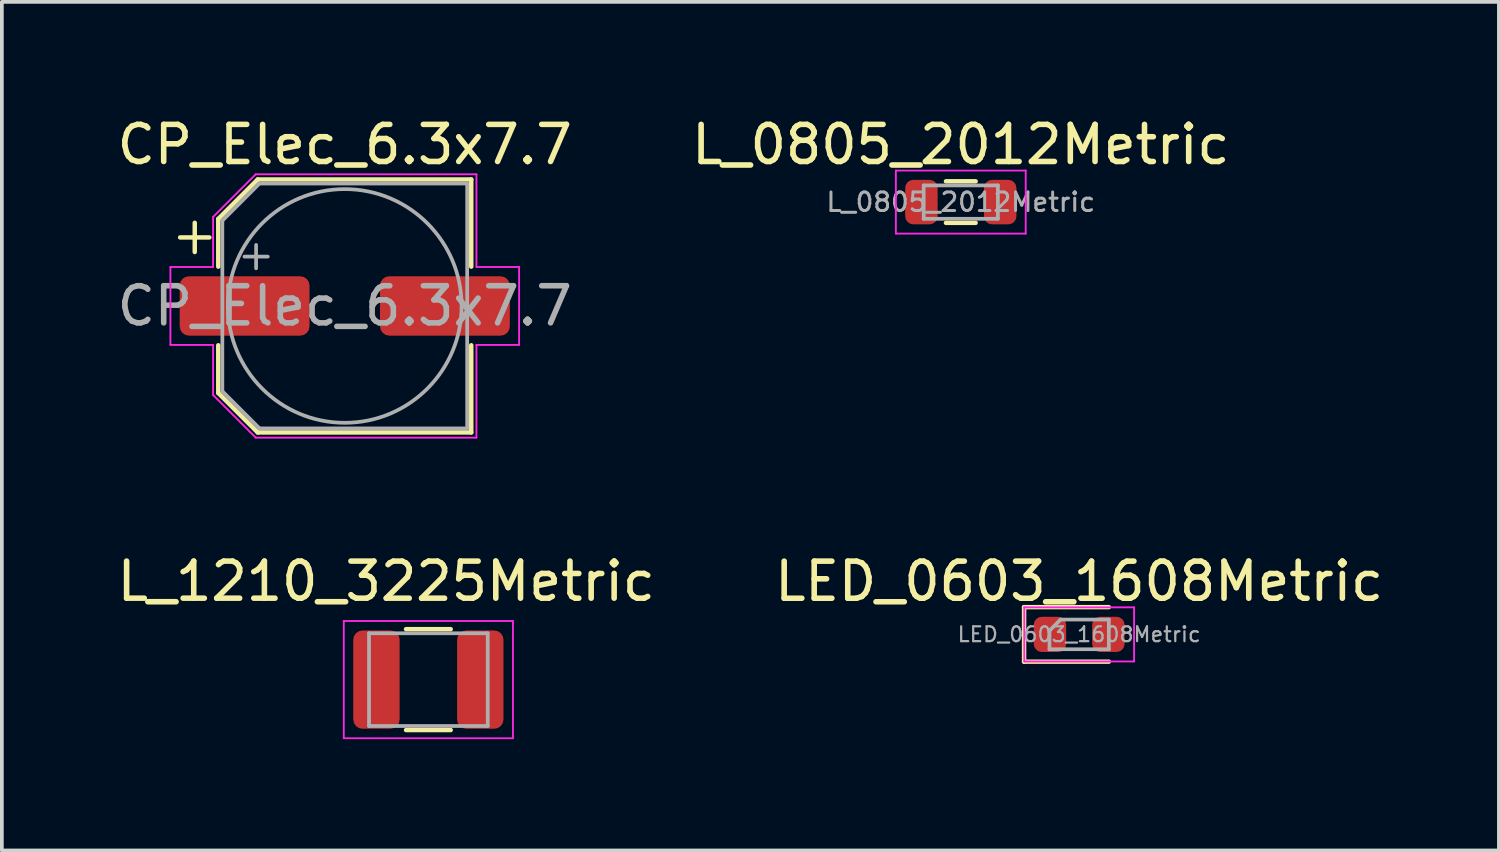
<source format=kicad_pcb>
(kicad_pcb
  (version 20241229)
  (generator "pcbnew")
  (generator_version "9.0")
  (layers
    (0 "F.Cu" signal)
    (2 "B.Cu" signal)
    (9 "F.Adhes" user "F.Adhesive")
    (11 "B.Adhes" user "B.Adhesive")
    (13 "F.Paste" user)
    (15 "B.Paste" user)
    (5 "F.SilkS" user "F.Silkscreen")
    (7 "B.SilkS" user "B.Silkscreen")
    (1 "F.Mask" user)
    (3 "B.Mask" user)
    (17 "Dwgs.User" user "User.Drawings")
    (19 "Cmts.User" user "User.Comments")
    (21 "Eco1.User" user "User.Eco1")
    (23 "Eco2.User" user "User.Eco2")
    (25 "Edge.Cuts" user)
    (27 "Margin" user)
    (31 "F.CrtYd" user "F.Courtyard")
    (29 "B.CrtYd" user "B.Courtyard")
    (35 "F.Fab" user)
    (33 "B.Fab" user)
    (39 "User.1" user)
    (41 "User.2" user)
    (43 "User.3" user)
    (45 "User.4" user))
  (footprint "LED_0603_1608Metric"
    (layer "F.Cu")
    (at 26.042 14.052)
    (property "Reference" "LED_0603_1608Metric" (at 0 -1.43 180) (layer "F.SilkS") (effects (font (size 1 1) (thickness 0.15))))
    (attr smd)
    (fp_line (start -1.485 -0.735) (end -1.485 0.735) (stroke (width 0.12) (type solid)) (layer "F.SilkS"))
    (fp_line (start -1.485 0.735) (end 0.8 0.735) (stroke (width 0.12) (type solid)) (layer "F.SilkS"))
    (fp_line (start 0.8 -0.735) (end -1.485 -0.735) (stroke (width 0.12) (type solid)) (layer "F.SilkS"))
    (fp_line (start -1.48 -0.73) (end 1.48 -0.73) (stroke (width 0.05) (type solid)) (layer "F.CrtYd"))
    (fp_line (start -1.48 0.73) (end -1.48 -0.73) (stroke (width 0.05) (type solid)) (layer "F.CrtYd"))
    (fp_line (start 1.48 -0.73) (end 1.48 0.73) (stroke (width 0.05) (type solid)) (layer "F.CrtYd"))
    (fp_line (start 1.48 0.73) (end -1.48 0.73) (stroke (width 0.05) (type solid)) (layer "F.CrtYd"))
    (fp_line (start -0.8 -0.1) (end -0.8 0.4) (stroke (width 0.1) (type solid)) (layer "F.Fab"))
    (fp_line (start -0.8 0.4) (end 0.8 0.4) (stroke (width 0.1) (type solid)) (layer "F.Fab"))
    (fp_line (start -0.5 -0.4) (end -0.8 -0.1) (stroke (width 0.1) (type solid)) (layer "F.Fab"))
    (fp_line (start 0.8 -0.4) (end -0.5 -0.4) (stroke (width 0.1) (type solid)) (layer "F.Fab"))
    (fp_line (start 0.8 0.4) (end 0.8 -0.4) (stroke (width 0.1) (type solid)) (layer "F.Fab"))
    (fp_text user "${REFERENCE}" (at 0 0 180) (layer "F.Fab") (effects (font (size 0.4 0.4) (thickness 0.06))))
    (pad "1" smd roundrect (at -0.787 0) (size 0.875 0.95) (layers "F.Cu" "F.Mask" "F.Paste") (roundrect_rratio 0.25))
    (pad "2" smd roundrect (at 0.787 0) (size 0.875 0.95) (layers "F.Cu" "F.Mask" "F.Paste") (roundrect_rratio 0.25)))
  (footprint "CP_Elec_6.3x7.7"
    (layer "F.Cu")
    (at 6.244 5.198)
    (property "Reference" "CP_Elec_6.3x7.7" (at 0 -4.35 180) (layer "F.SilkS") (effects (font (size 1 1) (thickness 0.15))))
    (attr smd)
    (fp_line (start -4.438 -1.847) (end -3.65 -1.847) (stroke (width 0.12) (type solid)) (layer "F.SilkS"))
    (fp_line (start -4.044 -2.241) (end -4.044 -1.454) (stroke (width 0.12) (type solid)) (layer "F.SilkS"))
    (fp_line (start -3.41 -2.346) (end -3.41 -1.06) (stroke (width 0.12) (type solid)) (layer "F.SilkS"))
    (fp_line (start -3.41 -2.346) (end -2.346 -3.41) (stroke (width 0.12) (type solid)) (layer "F.SilkS"))
    (fp_line (start -3.41 2.346) (end -3.41 1.06) (stroke (width 0.12) (type solid)) (layer "F.SilkS"))
    (fp_line (start -3.41 2.346) (end -2.346 3.41) (stroke (width 0.12) (type solid)) (layer "F.SilkS"))
    (fp_line (start -2.346 -3.41) (end 3.41 -3.41) (stroke (width 0.12) (type solid)) (layer "F.SilkS"))
    (fp_line (start -2.346 3.41) (end 3.41 3.41) (stroke (width 0.12) (type solid)) (layer "F.SilkS"))
    (fp_line (start 3.41 -3.41) (end 3.41 -1.06) (stroke (width 0.12) (type solid)) (layer "F.SilkS"))
    (fp_line (start 3.41 3.41) (end 3.41 1.06) (stroke (width 0.12) (type solid)) (layer "F.SilkS"))
    (fp_line (start -4.7 -1.05) (end -4.7 1.05) (stroke (width 0.05) (type solid)) (layer "F.CrtYd"))
    (fp_line (start -4.7 1.05) (end -3.55 1.05) (stroke (width 0.05) (type solid)) (layer "F.CrtYd"))
    (fp_line (start -3.55 -2.4) (end -3.55 -1.05) (stroke (width 0.05) (type solid)) (layer "F.CrtYd"))
    (fp_line (start -3.55 -2.4) (end -2.4 -3.55) (stroke (width 0.05) (type solid)) (layer "F.CrtYd"))
    (fp_line (start -3.55 -1.05) (end -4.7 -1.05) (stroke (width 0.05) (type solid)) (layer "F.CrtYd"))
    (fp_line (start -3.55 1.05) (end -3.55 2.4) (stroke (width 0.05) (type solid)) (layer "F.CrtYd"))
    (fp_line (start -3.55 2.4) (end -2.4 3.55) (stroke (width 0.05) (type solid)) (layer "F.CrtYd"))
    (fp_line (start -2.4 -3.55) (end 3.55 -3.55) (stroke (width 0.05) (type solid)) (layer "F.CrtYd"))
    (fp_line (start -2.4 3.55) (end 3.55 3.55) (stroke (width 0.05) (type solid)) (layer "F.CrtYd"))
    (fp_line (start 3.55 -3.55) (end 3.55 -1.05) (stroke (width 0.05) (type solid)) (layer "F.CrtYd"))
    (fp_line (start 3.55 -1.05) (end 4.7 -1.05) (stroke (width 0.05) (type solid)) (layer "F.CrtYd"))
    (fp_line (start 3.55 1.05) (end 3.55 3.55) (stroke (width 0.05) (type solid)) (layer "F.CrtYd"))
    (fp_line (start 4.7 -1.05) (end 4.7 1.05) (stroke (width 0.05) (type solid)) (layer "F.CrtYd"))
    (fp_line (start 4.7 1.05) (end 3.55 1.05) (stroke (width 0.05) (type solid)) (layer "F.CrtYd"))
    (fp_line (start -3.3 -2.3) (end -3.3 2.3) (stroke (width 0.1) (type solid)) (layer "F.Fab"))
    (fp_line (start -3.3 -2.3) (end -2.3 -3.3) (stroke (width 0.1) (type solid)) (layer "F.Fab"))
    (fp_line (start -3.3 2.3) (end -2.3 3.3) (stroke (width 0.1) (type solid)) (layer "F.Fab"))
    (fp_line (start -2.705 -1.33) (end -2.075 -1.33) (stroke (width 0.1) (type solid)) (layer "F.Fab"))
    (fp_line (start -2.39 -1.645) (end -2.39 -1.015) (stroke (width 0.1) (type solid)) (layer "F.Fab"))
    (fp_line (start -2.3 -3.3) (end 3.3 -3.3) (stroke (width 0.1) (type solid)) (layer "F.Fab"))
    (fp_line (start -2.3 3.3) (end 3.3 3.3) (stroke (width 0.1) (type solid)) (layer "F.Fab"))
    (fp_line (start 3.3 -3.3) (end 3.3 3.3) (stroke (width 0.1) (type solid)) (layer "F.Fab"))
    (fp_circle (center 0 0) (end 3.15 0) (stroke (width 0.1) (type solid)) (fill no) (layer "F.Fab"))
    (fp_text user "${REFERENCE}" (at 0 0 180) (layer "F.Fab") (effects (font (size 1 1) (thickness 0.15))))
    (pad "1" smd roundrect (at -2.7 0) (size 3.5 1.6) (layers "F.Cu" "F.Mask" "F.Paste") (roundrect_rratio 0.156))
    (pad "2" smd roundrect (at 2.7 0) (size 3.5 1.6) (layers "F.Cu" "F.Mask" "F.Paste") (roundrect_rratio 0.156)))
  (footprint "L_1210_3225Metric"
    (layer "F.Cu")
    (at 8.498 15.271)
    (property "Reference" "L_1210_3225Metric" (at -1.135 -2.65 0) (layer "F.SilkS") (effects (font (size 1 1) (thickness 0.15))))
    (attr smd)
    (fp_line (start -0.602 -1.36) (end 0.602 -1.36) (stroke (width 0.12) (type solid)) (layer "F.SilkS"))
    (fp_line (start -0.602 1.36) (end 0.602 1.36) (stroke (width 0.12) (type solid)) (layer "F.SilkS"))
    (fp_line (start -2.28 -1.58) (end 2.28 -1.58) (stroke (width 0.05) (type solid)) (layer "F.CrtYd"))
    (fp_line (start -2.28 1.58) (end -2.28 -1.58) (stroke (width 0.05) (type solid)) (layer "F.CrtYd"))
    (fp_line (start 2.28 -1.58) (end 2.28 1.58) (stroke (width 0.05) (type solid)) (layer "F.CrtYd"))
    (fp_line (start 2.28 1.58) (end -2.28 1.58) (stroke (width 0.05) (type solid)) (layer "F.CrtYd"))
    (fp_line (start -1.6 -1.25) (end 1.6 -1.25) (stroke (width 0.1) (type solid)) (layer "F.Fab"))
    (fp_line (start -1.6 1.25) (end -1.6 -1.25) (stroke (width 0.1) (type solid)) (layer "F.Fab"))
    (fp_line (start 1.6 -1.25) (end 1.6 1.25) (stroke (width 0.1) (type solid)) (layer "F.Fab"))
    (fp_line (start 1.6 1.25) (end -1.6 1.25) (stroke (width 0.1) (type solid)) (layer "F.Fab"))
    (pad "1" smd roundrect (at -1.4 0) (size 1.25 2.65) (layers "F.Cu" "F.Mask" "F.Paste") (roundrect_rratio 0.2))
    (pad "2" smd roundrect (at 1.4 0) (size 1.25 2.65) (layers "F.Cu" "F.Mask" "F.Paste") (roundrect_rratio 0.2)))
  (footprint "L_0805_2012Metric"
    (layer "F.Cu")
    (at 22.851 2.398)
    (property "Reference" "L_0805_2012Metric" (at 0 -1.55 180) (layer "F.SilkS") (effects (font (size 1 1) (thickness 0.15))))
    (attr smd)
    (fp_line (start -0.4 -0.56) (end 0.4 -0.56) (stroke (width 0.12) (type solid)) (layer "F.SilkS"))
    (fp_line (start -0.4 0.56) (end 0.4 0.56) (stroke (width 0.12) (type solid)) (layer "F.SilkS"))
    (fp_line (start -1.75 -0.85) (end 1.75 -0.85) (stroke (width 0.05) (type solid)) (layer "F.CrtYd"))
    (fp_line (start -1.75 0.85) (end -1.75 -0.85) (stroke (width 0.05) (type solid)) (layer "F.CrtYd"))
    (fp_line (start 1.75 -0.85) (end 1.75 0.85) (stroke (width 0.05) (type solid)) (layer "F.CrtYd"))
    (fp_line (start 1.75 0.85) (end -1.75 0.85) (stroke (width 0.05) (type solid)) (layer "F.CrtYd"))
    (fp_line (start -1 -0.45) (end 1 -0.45) (stroke (width 0.1) (type solid)) (layer "F.Fab"))
    (fp_line (start -1 0.45) (end -1 -0.45) (stroke (width 0.1) (type solid)) (layer "F.Fab"))
    (fp_line (start 1 -0.45) (end 1 0.45) (stroke (width 0.1) (type solid)) (layer "F.Fab"))
    (fp_line (start 1 0.45) (end -1 0.45) (stroke (width 0.1) (type solid)) (layer "F.Fab"))
    (fp_text user "${REFERENCE}" (at 0 0 180) (layer "F.Fab") (effects (font (size 0.5 0.5) (thickness 0.08))))
    (pad "1" smd roundrect (at -1.062 0) (size 0.875 1.2) (layers "F.Cu" "F.Mask" "F.Paste") (roundrect_rratio 0.25))
    (pad "2" smd roundrect (at 1.062 0) (size 0.875 1.2) (layers "F.Cu" "F.Mask" "F.Paste") (roundrect_rratio 0.25)))
  (gr_rect
    (start -3 -3)
    (end 37.357 19.877)
    (stroke (width 0.1) (type default))
    (fill no)
    (layer "Edge.Cuts")))
</source>
